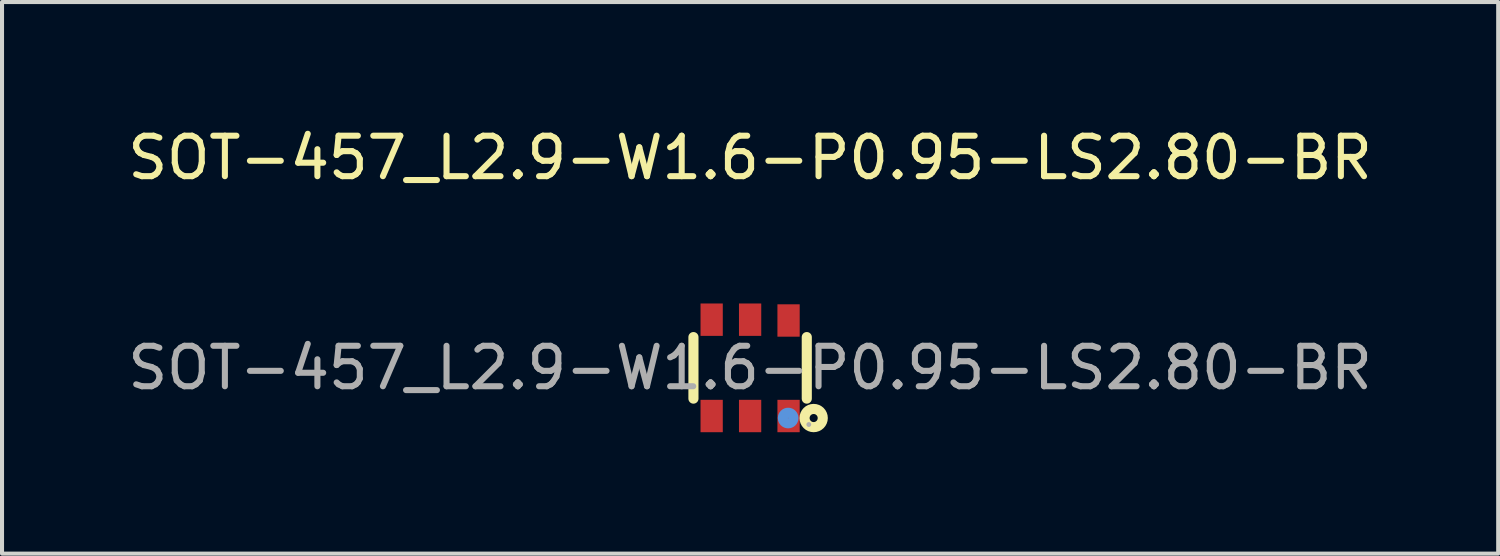
<source format=kicad_pcb>
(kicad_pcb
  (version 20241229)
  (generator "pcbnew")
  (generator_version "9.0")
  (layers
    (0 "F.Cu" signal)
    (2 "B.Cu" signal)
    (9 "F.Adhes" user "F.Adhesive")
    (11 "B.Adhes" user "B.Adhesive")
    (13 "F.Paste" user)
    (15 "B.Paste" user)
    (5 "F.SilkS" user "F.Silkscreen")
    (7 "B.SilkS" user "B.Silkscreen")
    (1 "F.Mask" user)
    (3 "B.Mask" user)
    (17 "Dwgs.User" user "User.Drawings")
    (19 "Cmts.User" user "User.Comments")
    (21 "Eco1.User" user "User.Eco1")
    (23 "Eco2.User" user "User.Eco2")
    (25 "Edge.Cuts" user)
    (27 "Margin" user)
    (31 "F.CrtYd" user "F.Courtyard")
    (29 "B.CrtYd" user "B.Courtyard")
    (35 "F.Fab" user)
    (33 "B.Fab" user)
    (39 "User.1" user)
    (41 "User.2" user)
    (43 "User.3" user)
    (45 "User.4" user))
  (footprint "SOT-457_L2.9-W1.6-P0.95-LS2.80-BR"
    (layer "F.Cu")
    (at 15.482 6.038)
    (property "Reference" "SOT-457_L2.9-W1.6-P0.95-LS2.80-BR" (at 0 -5.19 0) (layer "F.SilkS") (effects (font (size 1 1) (thickness 0.15))))
    (attr smd)
    (fp_line (start -1.4 0.76) (end -1.4 -0.76) (stroke (width 0.25) (type solid)) (layer "F.SilkS"))
    (fp_line (start 1.4 -0.76) (end 1.4 0.76) (stroke (width 0.25) (type solid)) (layer "F.SilkS"))
    (fp_circle (center 1.57 1.24) (end 1.67 1.24) (stroke (width 0.25) (type solid)) (fill no) (layer "F.SilkS"))
    (fp_circle (center 0.94 1.24) (end 1.07 1.24) (stroke (width 0.25) (type solid)) (fill no) (layer "Cmts.User"))
    (fp_circle (center 1.45 1.4) (end 1.48 1.4) (stroke (width 0.06) (type solid)) (fill no) (layer "F.Fab"))
    (fp_text user "${REFERENCE}" (at 0 0 0) (layer "F.Fab") (effects (font (size 1 1) (thickness 0.15))))
    (pad "1" smd rect (at 0.95 1.19) (size 0.55 0.8) (layers "F.Cu" "F.Mask" "F.Paste"))
    (pad "2" smd rect (at 0 1.19) (size 0.55 0.8) (layers "F.Cu" "F.Mask" "F.Paste"))
    (pad "3" smd rect (at -0.95 1.19) (size 0.55 0.8) (layers "F.Cu" "F.Mask" "F.Paste"))
    (pad "4" smd rect (at -0.95 -1.19) (size 0.55 0.8) (layers "F.Cu" "F.Mask" "F.Paste"))
    (pad "5" smd rect (at 0 -1.19) (size 0.55 0.8) (layers "F.Cu" "F.Mask" "F.Paste"))
    (pad "6" smd rect (at 0.95 -1.17) (size 0.55 0.8) (layers "F.Cu" "F.Mask" "F.Paste")))
  (gr_rect
    (start -3 -3)
    (end 33.964 10.628)
    (stroke (width 0.1) (type default))
    (fill no)
    (layer "Edge.Cuts")))
</source>
